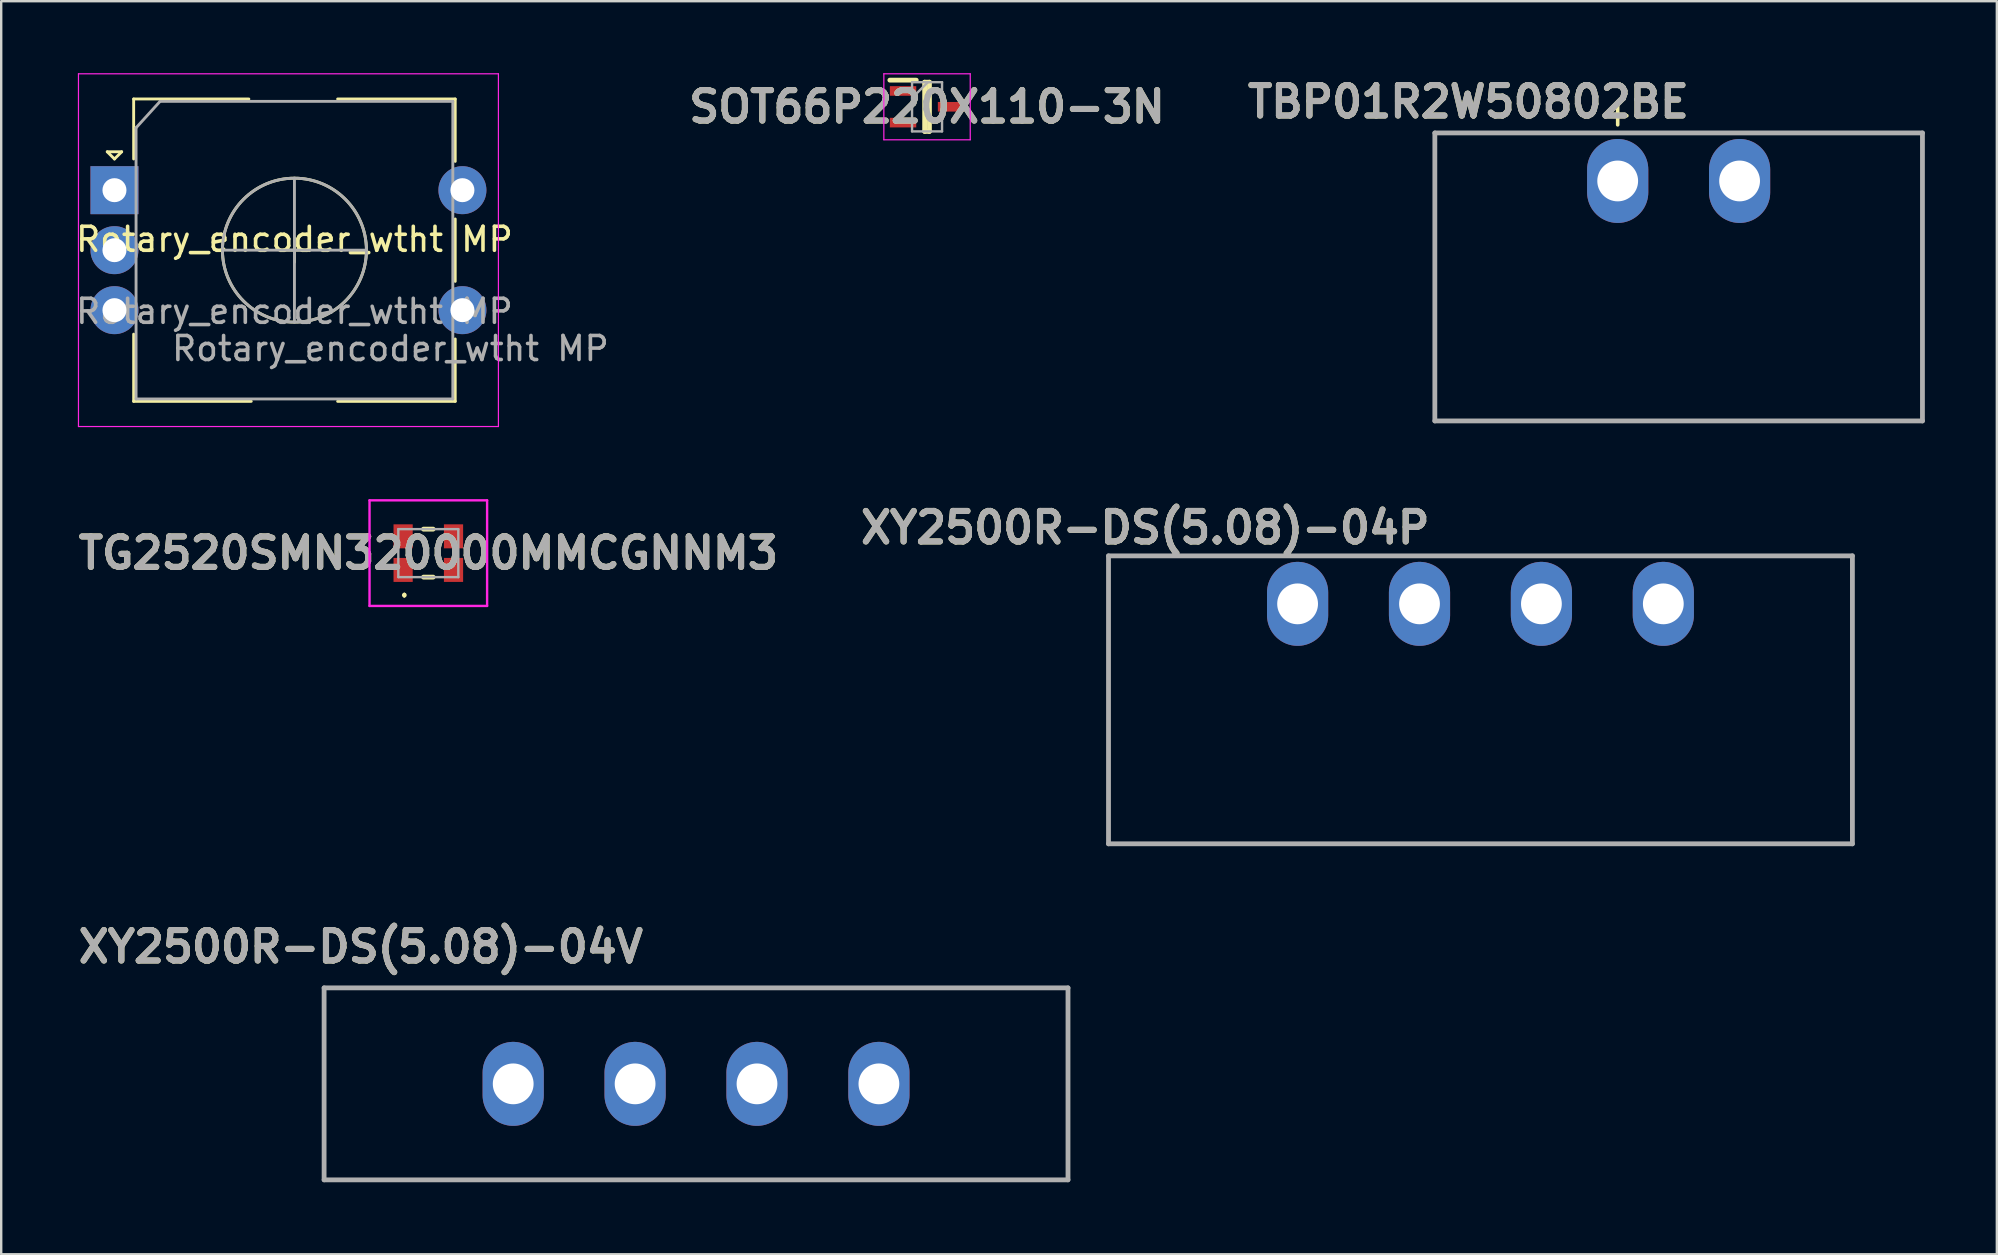
<source format=kicad_pcb>
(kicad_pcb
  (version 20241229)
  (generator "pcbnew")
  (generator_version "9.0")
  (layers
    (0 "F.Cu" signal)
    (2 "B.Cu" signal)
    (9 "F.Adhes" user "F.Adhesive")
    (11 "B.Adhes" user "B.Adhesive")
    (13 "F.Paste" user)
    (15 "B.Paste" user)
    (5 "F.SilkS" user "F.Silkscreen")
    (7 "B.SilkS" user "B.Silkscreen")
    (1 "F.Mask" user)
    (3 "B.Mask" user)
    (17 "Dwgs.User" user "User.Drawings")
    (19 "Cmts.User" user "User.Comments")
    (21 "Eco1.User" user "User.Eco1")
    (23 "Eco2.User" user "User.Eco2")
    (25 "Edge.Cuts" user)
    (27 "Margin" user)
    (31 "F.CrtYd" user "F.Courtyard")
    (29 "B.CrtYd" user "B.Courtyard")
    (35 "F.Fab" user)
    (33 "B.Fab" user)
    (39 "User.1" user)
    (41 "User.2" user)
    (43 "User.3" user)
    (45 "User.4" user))
  (footprint "SOT66P220X110-3N"
    (layer "F.Cu")
    (at 35.582 1.4)
    (property "Reference" "SOT66P220X110-3N" (at 0 0 0) (layer "F.SilkS") (effects (font (size 1.27 1.27) (thickness 0.254))))
    (attr smd)
    (fp_line (start -1.55 -1.11) (end -0.45 -1.11) (stroke (width 0.2) (type solid)) (layer "F.SilkS"))
    (fp_line (start -0.1 -1.025) (end 0.1 -1.025) (stroke (width 0.2) (type solid)) (layer "F.SilkS"))
    (fp_line (start -0.1 1.025) (end -0.1 -1.025) (stroke (width 0.2) (type solid)) (layer "F.SilkS"))
    (fp_line (start 0.1 -1.025) (end 0.1 1.025) (stroke (width 0.2) (type solid)) (layer "F.SilkS"))
    (fp_line (start 0.1 1.025) (end -0.1 1.025) (stroke (width 0.2) (type solid)) (layer "F.SilkS"))
    (fp_line (start -1.8 -1.375) (end 1.8 -1.375) (stroke (width 0.05) (type solid)) (layer "F.CrtYd"))
    (fp_line (start -1.8 1.375) (end -1.8 -1.375) (stroke (width 0.05) (type solid)) (layer "F.CrtYd"))
    (fp_line (start 1.8 -1.375) (end 1.8 1.375) (stroke (width 0.05) (type solid)) (layer "F.CrtYd"))
    (fp_line (start 1.8 1.375) (end -1.8 1.375) (stroke (width 0.05) (type solid)) (layer "F.CrtYd"))
    (fp_line (start -0.625 -1.025) (end 0.625 -1.025) (stroke (width 0.1) (type solid)) (layer "F.Fab"))
    (fp_line (start -0.625 -0.365) (end 0.035 -1.025) (stroke (width 0.1) (type solid)) (layer "F.Fab"))
    (fp_line (start -0.625 1.025) (end -0.625 -1.025) (stroke (width 0.1) (type solid)) (layer "F.Fab"))
    (fp_line (start 0.625 -1.025) (end 0.625 1.025) (stroke (width 0.1) (type solid)) (layer "F.Fab"))
    (fp_line (start 0.625 1.025) (end -0.625 1.025) (stroke (width 0.1) (type solid)) (layer "F.Fab"))
    (fp_text user "${REFERENCE}" (at 0 0 0) (layer "F.Fab") (effects (font (size 1.27 1.27) (thickness 0.254))))
    (pad "1" smd rect (at -1 -0.66 90) (size 0.4 1.1) (layers "F.Cu" "F.Mask" "F.Paste"))
    (pad "2" smd rect (at -1 0.66 90) (size 0.4 1.1) (layers "F.Cu" "F.Mask" "F.Paste"))
    (pad "3" smd rect (at 1 0 90) (size 0.4 1.1) (layers "F.Cu" "F.Mask" "F.Paste")))
  (footprint "XY2500R-DS(5.08)-04V"
    (layer "F.Cu")
    (at 25.956 42.117)
    (property "Reference" "XY2500R-DS(5.08)-04V" (at -13.97 -5.715 0) (layer "F.SilkS") (effects (font (size 1.27 1.27) (thickness 0.254))))
    (attr through_hole)
    (fp_line (start -15.5 -4) (end 15.5 -4) (stroke (width 0.1) (type solid)) (layer "F.SilkS"))
    (fp_line (start -15.5 4) (end -15.5 -4) (stroke (width 0.1) (type solid)) (layer "F.SilkS"))
    (fp_line (start 15.5 -4) (end 15.5 4) (stroke (width 0.1) (type solid)) (layer "F.SilkS"))
    (fp_line (start 15.5 4) (end -15.5 4) (stroke (width 0.1) (type solid)) (layer "F.SilkS"))
    (fp_line (start -15.5 -4) (end 15.5 -4) (stroke (width 0.2) (type solid)) (layer "F.Fab"))
    (fp_line (start -15.5 4) (end -15.5 -4) (stroke (width 0.2) (type solid)) (layer "F.Fab"))
    (fp_line (start 15.5 -4) (end 15.5 4) (stroke (width 0.2) (type solid)) (layer "F.Fab"))
    (fp_line (start 15.5 4) (end -15.5 4) (stroke (width 0.2) (type solid)) (layer "F.Fab"))
    (fp_text user "${REFERENCE}" (at -13.97 -5.715 0) (layer "F.Fab") (effects (font (size 1.27 1.27) (thickness 0.254))))
    (pad "1" thru_hole oval (at -7.62 0) (size 2.55 3.5) (drill 1.7) (layers "*.Cu" "*.Mask"))
    (pad "2" thru_hole oval (at -2.54 0) (size 2.55 3.5) (drill 1.7) (layers "*.Cu" "*.Mask"))
    (pad "3" thru_hole oval (at 2.54 0) (size 2.55 3.5) (drill 1.7) (layers "*.Cu" "*.Mask"))
    (pad "4" thru_hole oval (at 7.62 0) (size 2.55 3.5) (drill 1.7) (layers "*.Cu" "*.Mask")))
  (footprint "XY2500R-DS(5.08)-04P"
    (layer "F.Cu")
    (at 58.644 22.114)
    (property "Reference" "XY2500R-DS(5.08)-04P" (at -13.97 -3.175 0) (layer "F.SilkS") (effects (font (size 1.27 1.27) (thickness 0.254))))
    (attr through_hole)
    (fp_line (start -15.5 -2) (end 15.5 -2) (stroke (width 0.1) (type solid)) (layer "F.SilkS"))
    (fp_line (start -15.5 10) (end -15.5 -2) (stroke (width 0.1) (type solid)) (layer "F.SilkS"))
    (fp_line (start 15.5 -2) (end 15.5 10) (stroke (width 0.1) (type solid)) (layer "F.SilkS"))
    (fp_line (start 15.5 10) (end -15.5 10) (stroke (width 0.1) (type solid)) (layer "F.SilkS"))
    (fp_line (start -15.5 -2) (end 15.5 -2) (stroke (width 0.2) (type solid)) (layer "F.Fab"))
    (fp_line (start -15.5 10) (end -15.5 -2) (stroke (width 0.2) (type solid)) (layer "F.Fab"))
    (fp_line (start 15.5 -2) (end 15.5 10) (stroke (width 0.2) (type solid)) (layer "F.Fab"))
    (fp_line (start 15.5 10) (end -15.5 10) (stroke (width 0.2) (type solid)) (layer "F.Fab"))
    (fp_text user "${REFERENCE}" (at -13.97 -3.175 0) (layer "F.Fab") (effects (font (size 1.27 1.27) (thickness 0.254))))
    (pad "1" thru_hole oval (at -7.62 0) (size 2.55 3.5) (drill 1.7) (layers "*.Cu" "*.Mask"))
    (pad "2" thru_hole oval (at -2.54 0) (size 2.55 3.5) (drill 1.7) (layers "*.Cu" "*.Mask"))
    (pad "3" thru_hole oval (at 2.54 0) (size 2.55 3.5) (drill 1.7) (layers "*.Cu" "*.Mask"))
    (pad "4" thru_hole oval (at 7.62 0) (size 2.55 3.5) (drill 1.7) (layers "*.Cu" "*.Mask")))
  (footprint "TG2520SMN320000MMCGNNM3"
    (layer "F.Cu")
    (at 14.799 20)
    (property "Reference" "TG2520SMN320000MMCGNNM3" (at 0 0 0) (layer "F.SilkS") (effects (font (size 1.27 1.27) (thickness 0.254))))
    (attr smd)
    (fp_line (start -1 1.7) (end -1 1.7) (stroke (width 0.1) (type solid)) (layer "F.SilkS"))
    (fp_line (start -1 1.8) (end -1 1.8) (stroke (width 0.1) (type solid)) (layer "F.SilkS"))
    (fp_line (start -0.2 -1) (end 0.2 -1) (stroke (width 0.2) (type solid)) (layer "F.SilkS"))
    (fp_line (start -0.2 1) (end 0.2 1) (stroke (width 0.2) (type solid)) (layer "F.SilkS"))
    (fp_arc (start -1 1.7) (mid -0.95 1.75) (end -1 1.8) (stroke (width 0.1) (type solid)) (layer "F.SilkS"))
    (fp_arc (start -1 1.8) (mid -1.05 1.75) (end -1 1.7) (stroke (width 0.1) (type solid)) (layer "F.SilkS"))
    (fp_line (start -2.45 -2.2) (end 2.45 -2.2) (stroke (width 0.1) (type solid)) (layer "F.CrtYd"))
    (fp_line (start -2.45 2.2) (end -2.45 -2.2) (stroke (width 0.1) (type solid)) (layer "F.CrtYd"))
    (fp_line (start 2.45 -2.2) (end 2.45 2.2) (stroke (width 0.1) (type solid)) (layer "F.CrtYd"))
    (fp_line (start 2.45 2.2) (end -2.45 2.2) (stroke (width 0.1) (type solid)) (layer "F.CrtYd"))
    (fp_line (start -1.25 -1) (end 1.25 -1) (stroke (width 0.1) (type solid)) (layer "F.Fab"))
    (fp_line (start -1.25 1) (end -1.25 -1) (stroke (width 0.1) (type solid)) (layer "F.Fab"))
    (fp_line (start 1.25 -1) (end 1.25 1) (stroke (width 0.1) (type solid)) (layer "F.Fab"))
    (fp_line (start 1.25 1) (end -1.25 1) (stroke (width 0.1) (type solid)) (layer "F.Fab"))
    (fp_text user "${REFERENCE}" (at 0 0 0) (layer "F.Fab") (effects (font (size 1.27 1.27) (thickness 0.254))))
    (pad "1" smd rect (at -1.05 0.7) (size 0.8 1) (layers "F.Cu" "F.Mask" "F.Paste"))
    (pad "2" smd rect (at 1.05 0.7) (size 0.8 1) (layers "F.Cu" "F.Mask" "F.Paste"))
    (pad "3" smd rect (at 1.05 -0.7) (size 0.8 1) (layers "F.Cu" "F.Mask" "F.Paste"))
    (pad "4" smd rect (at -1.05 -0.7) (size 0.8 1) (layers "F.Cu" "F.Mask" "F.Paste")))
  (footprint "Rotary_encoder_wtht MP"
    (layer "F.Cu")
    (at 9.22 7.425)
    (property "Reference" "Rotary_encoder_wtht MP" (at 0 -0.5 0) (unlocked yes) (layer "F.SilkS") (effects (font (size 1 1) (thickness 0.15))))
    (attr smd)
    (fp_line (start -7.8 -4.15) (end -7.2 -4.15) (stroke (width 0.12) (type solid)) (layer "F.SilkS"))
    (fp_line (start -7.5 -3.85) (end -7.8 -4.15) (stroke (width 0.12) (type solid)) (layer "F.SilkS"))
    (fp_line (start -7.2 -4.15) (end -7.5 -3.85) (stroke (width 0.12) (type solid)) (layer "F.SilkS"))
    (fp_line (start -6.7 -6.35) (end -6.7 -3.85) (stroke (width 0.12) (type solid)) (layer "F.SilkS"))
    (fp_line (start -6.7 6.25) (end -6.7 3.45) (stroke (width 0.12) (type solid)) (layer "F.SilkS"))
    (fp_line (start -1.9 -6.35) (end -6.7 -6.35) (stroke (width 0.12) (type solid)) (layer "F.SilkS"))
    (fp_line (start -1.8 6.25) (end -6.7 6.25) (stroke (width 0.12) (type solid)) (layer "F.SilkS"))
    (fp_line (start -0.5 -0.05) (end 0.5 -0.05) (stroke (width 0.12) (type solid)) (layer "F.SilkS"))
    (fp_line (start 0 -0.55) (end 0 0.45) (stroke (width 0.12) (type solid)) (layer "F.SilkS"))
    (fp_line (start 1.8 -6.35) (end 6.7 -6.35) (stroke (width 0.12) (type solid)) (layer "F.SilkS"))
    (fp_line (start 6.7 -6.35) (end 6.7 -3.75) (stroke (width 0.12) (type solid)) (layer "F.SilkS"))
    (fp_line (start 6.7 -1.35) (end 6.7 1.25) (stroke (width 0.12) (type solid)) (layer "F.SilkS"))
    (fp_line (start 6.7 3.65) (end 6.7 6.25) (stroke (width 0.12) (type solid)) (layer "F.SilkS"))
    (fp_line (start 6.7 6.25) (end 1.8 6.25) (stroke (width 0.12) (type solid)) (layer "F.SilkS"))
    (fp_circle (center 0 -0.05) (end 3 -0.05) (stroke (width 0.12) (type solid)) (fill no) (layer "F.SilkS"))
    (fp_line (start -9 -7.4) (end -9 7.3) (stroke (width 0.05) (type solid)) (layer "F.CrtYd"))
    (fp_line (start -9 -7.4) (end 8.5 -7.4) (stroke (width 0.05) (type solid)) (layer "F.CrtYd"))
    (fp_line (start 8.5 7.3) (end -9 7.3) (stroke (width 0.05) (type solid)) (layer "F.CrtYd"))
    (fp_line (start 8.5 7.3) (end 8.5 -7.4) (stroke (width 0.05) (type solid)) (layer "F.CrtYd"))
    (fp_line (start -6.6 -5.15) (end -5.6 -6.25) (stroke (width 0.12) (type solid)) (layer "F.Fab"))
    (fp_line (start -6.6 6.15) (end -6.6 -5.15) (stroke (width 0.12) (type solid)) (layer "F.Fab"))
    (fp_line (start -5.6 -6.25) (end 6.6 -6.25) (stroke (width 0.12) (type solid)) (layer "F.Fab"))
    (fp_line (start -3 -0.05) (end 3 -0.05) (stroke (width 0.12) (type solid)) (layer "F.Fab"))
    (fp_line (start 0 -3.05) (end 0 2.95) (stroke (width 0.12) (type solid)) (layer "F.Fab"))
    (fp_line (start 6.6 -6.25) (end 6.6 6.15) (stroke (width 0.12) (type solid)) (layer "F.Fab"))
    (fp_line (start 6.6 6.15) (end -6.6 6.15) (stroke (width 0.12) (type solid)) (layer "F.Fab"))
    (fp_circle (center 0 -0.05) (end 3 -0.05) (stroke (width 0.12) (type solid)) (fill no) (layer "F.Fab"))
    (fp_text user "${REFERENCE}" (at 0 2.5 0) (unlocked yes) (layer "F.Fab") (effects (font (size 1 1) (thickness 0.15))))
    (fp_text user "${REFERENCE}" (at 4 4.05 0) (layer "F.Fab") (effects (font (size 1 1) (thickness 0.15))))
    (pad "A" thru_hole rect (at -7.5 -2.55) (size 2 2) (drill 1) (layers "*.Cu" "*.Mask"))
    (pad "B" thru_hole circle (at -7.5 2.45) (size 2 2) (drill 1) (layers "*.Cu" "*.Mask"))
    (pad "C" thru_hole circle (at -7.5 -0.05) (size 2 2) (drill 1) (layers "*.Cu" "*.Mask"))
    (pad "S1" thru_hole circle (at 7 -2.55) (size 2 2) (drill 1) (layers "*.Cu" "*.Mask"))
    (pad "S2" thru_hole circle (at 7 2.45) (size 2 2) (drill 1) (layers "*.Cu" "*.Mask")))
  (footprint "TBP01R2W50802BE"
    (layer "F.Cu")
    (at 66.903 4.491)
    (property "Reference" "TBP01R2W50802BE" (at -8.763 -3.302 0) (layer "F.SilkS") (effects (font (size 1.27 1.27) (thickness 0.254))))
    (attr through_hole)
    (fp_line (start -10.16 -2) (end 10.16 -2) (stroke (width 0.1) (type solid)) (layer "F.SilkS"))
    (fp_line (start -10.16 10) (end -10.16 -2) (stroke (width 0.1) (type solid)) (layer "F.SilkS"))
    (fp_line (start 10.16 -2) (end 10.16 10) (stroke (width 0.1) (type solid)) (layer "F.SilkS"))
    (fp_line (start 10.16 10) (end -10.16 10) (stroke (width 0.1) (type solid)) (layer "F.SilkS"))
    (fp_line (start -10.16 -2) (end 10.16 -2) (stroke (width 0.2) (type solid)) (layer "F.Fab"))
    (fp_line (start -10.16 10) (end -10.16 -2) (stroke (width 0.2) (type solid)) (layer "F.Fab"))
    (fp_line (start 10.16 -2) (end 10.16 10) (stroke (width 0.2) (type solid)) (layer "F.Fab"))
    (fp_line (start 10.16 10) (end -10.16 10) (stroke (width 0.2) (type solid)) (layer "F.Fab"))
    (fp_text user "+" (at -2.54 -2.794 0) (unlocked yes) (layer "F.SilkS") (effects (font (size 1 1) (thickness 0.15))))
    (fp_text user "${REFERENCE}" (at -8.763 -3.302 0) (layer "F.Fab") (effects (font (size 1.27 1.27) (thickness 0.254))))
    (pad "1" thru_hole oval (at -2.54 0) (size 2.55 3.5) (drill 1.7) (layers "*.Cu" "*.Mask"))
    (pad "2" thru_hole oval (at 2.54 0) (size 2.55 3.5) (drill 1.7) (layers "*.Cu" "*.Mask")))
  (gr_rect
    (start -3 -3)
    (end 80.163 49.217)
    (stroke (width 0.1) (type default))
    (fill no)
    (layer "Edge.Cuts")))
</source>
